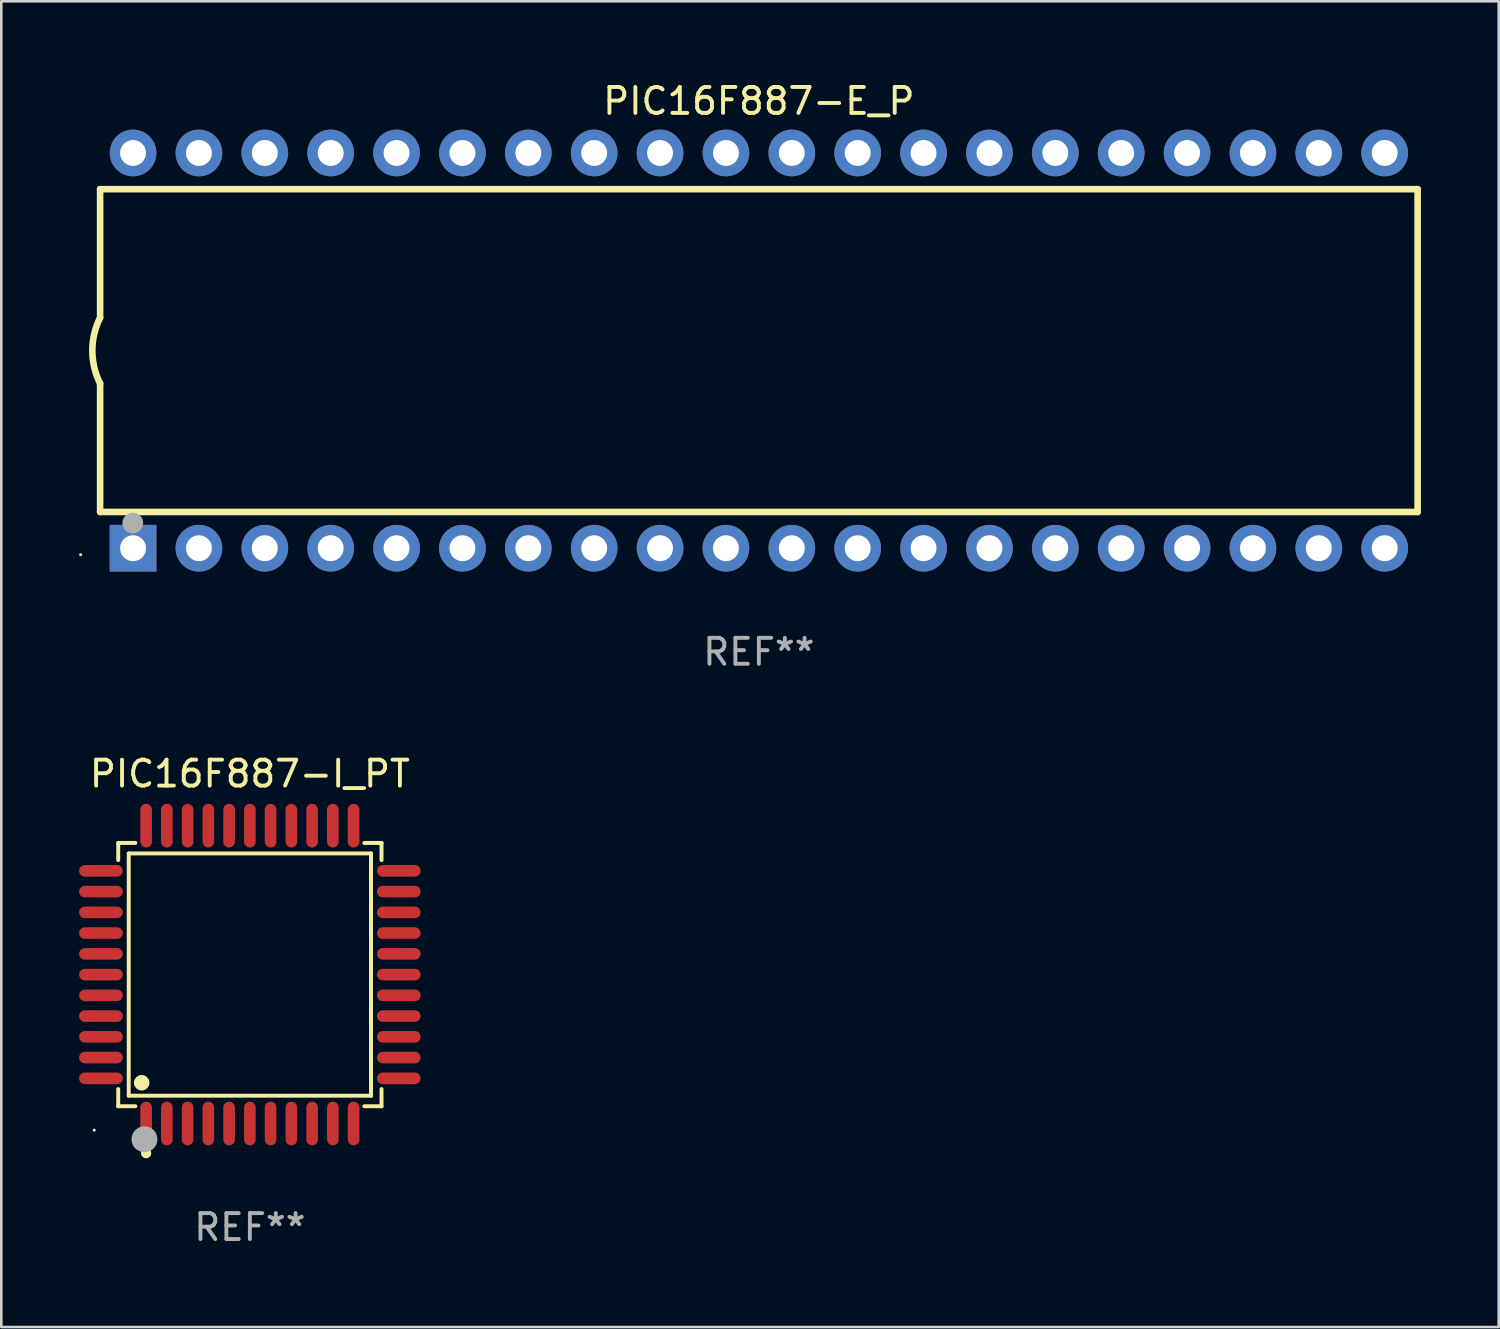
<source format=kicad_pcb>
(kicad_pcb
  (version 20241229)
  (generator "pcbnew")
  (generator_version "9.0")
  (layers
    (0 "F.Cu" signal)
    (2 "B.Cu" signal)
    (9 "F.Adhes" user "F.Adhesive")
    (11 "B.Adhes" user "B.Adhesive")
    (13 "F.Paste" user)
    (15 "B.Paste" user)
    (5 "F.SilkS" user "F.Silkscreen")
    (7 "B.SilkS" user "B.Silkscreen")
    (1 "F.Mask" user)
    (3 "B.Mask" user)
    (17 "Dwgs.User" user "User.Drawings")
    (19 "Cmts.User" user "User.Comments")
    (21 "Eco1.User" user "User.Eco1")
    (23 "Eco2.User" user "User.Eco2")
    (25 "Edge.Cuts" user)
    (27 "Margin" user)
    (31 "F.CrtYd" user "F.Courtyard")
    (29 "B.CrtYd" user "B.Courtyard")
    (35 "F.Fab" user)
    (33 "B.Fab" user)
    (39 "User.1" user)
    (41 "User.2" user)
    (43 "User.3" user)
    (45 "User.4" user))
  (footprint "PIC16F887-E_P"
    (layer "F.Cu")
    (at 26.21 10.468)
    (property "Reference" "PIC16F887-E_P" (at 0 -9.62 0) (layer "F.SilkS") (effects (font (size 1 1) (thickness 0.15))))
    (attr through_hole)
    (fp_line (start -25.4 -6.224) (end -25.4 -1.271) (stroke (width 0.254) (type solid)) (layer "F.SilkS"))
    (fp_line (start -25.4 -6.224) (end 25.4 -6.224) (stroke (width 0.254) (type solid)) (layer "F.SilkS"))
    (fp_line (start -25.4 1.269) (end -25.4 6.222) (stroke (width 0.254) (type solid)) (layer "F.SilkS"))
    (fp_line (start -25.4 6.222) (end 25.4 6.222) (stroke (width 0.254) (type solid)) (layer "F.SilkS"))
    (fp_line (start 25.4 6.222) (end 25.4 -6.224) (stroke (width 0.254) (type solid)) (layer "F.SilkS"))
    (fp_arc (start -25.4 1.269241) (mid -25.699807 -0.000762) (end -25.4 -1.270765) (stroke (width 0.254001) (type solid)) (layer "F.SilkS"))
    (fp_circle (center -26.15 7.87) (end -26.12 7.87) (stroke (width 0.06) (type solid)) (fill no) (layer "F.SilkS"))
    (fp_circle (center -24.14 6.65) (end -23.94 6.65) (stroke (width 0.4) (type solid)) (fill no) (layer "F.Fab"))
    (fp_text user "REF**" (at 0 11.62 0) (layer "F.Fab") (effects (font (size 1 1) (thickness 0.15))))
    (pad "1" thru_hole rect (at -24.13 7.62 90) (size 1.8 1.8) (drill 1) (layers "*.Cu" "*.Mask"))
    (pad "2" thru_hole circle (at -21.59 7.62) (size 1.8 1.8) (drill 1) (layers "*.Cu" "*.Mask"))
    (pad "3" thru_hole circle (at -19.05 7.62) (size 1.8 1.8) (drill 1) (layers "*.Cu" "*.Mask"))
    (pad "4" thru_hole circle (at -16.51 7.62) (size 1.8 1.8) (drill 1) (layers "*.Cu" "*.Mask"))
    (pad "5" thru_hole circle (at -13.97 7.62) (size 1.8 1.8) (drill 1) (layers "*.Cu" "*.Mask"))
    (pad "6" thru_hole circle (at -11.43 7.62) (size 1.8 1.8) (drill 1) (layers "*.Cu" "*.Mask"))
    (pad "7" thru_hole circle (at -8.89 7.62) (size 1.8 1.8) (drill 1) (layers "*.Cu" "*.Mask"))
    (pad "8" thru_hole circle (at -6.35 7.62) (size 1.8 1.8) (drill 1) (layers "*.Cu" "*.Mask"))
    (pad "9" thru_hole circle (at -3.81 7.62) (size 1.8 1.8) (drill 1) (layers "*.Cu" "*.Mask"))
    (pad "10" thru_hole circle (at -1.27 7.62) (size 1.8 1.8) (drill 1) (layers "*.Cu" "*.Mask"))
    (pad "11" thru_hole circle (at 1.27 7.62) (size 1.8 1.8) (drill 1) (layers "*.Cu" "*.Mask"))
    (pad "12" thru_hole circle (at 3.81 7.62) (size 1.8 1.8) (drill 1) (layers "*.Cu" "*.Mask"))
    (pad "13" thru_hole circle (at 6.35 7.62) (size 1.8 1.8) (drill 1) (layers "*.Cu" "*.Mask"))
    (pad "14" thru_hole circle (at 8.89 7.62) (size 1.8 1.8) (drill 1) (layers "*.Cu" "*.Mask"))
    (pad "15" thru_hole circle (at 11.43 7.62) (size 1.8 1.8) (drill 1) (layers "*.Cu" "*.Mask"))
    (pad "16" thru_hole circle (at 13.97 7.62) (size 1.8 1.8) (drill 1) (layers "*.Cu" "*.Mask"))
    (pad "17" thru_hole circle (at 16.51 7.62) (size 1.8 1.8) (drill 1) (layers "*.Cu" "*.Mask"))
    (pad "18" thru_hole circle (at 19.05 7.62) (size 1.8 1.8) (drill 1) (layers "*.Cu" "*.Mask"))
    (pad "19" thru_hole circle (at 21.59 7.62) (size 1.8 1.8) (drill 1) (layers "*.Cu" "*.Mask"))
    (pad "20" thru_hole circle (at 24.13 7.62) (size 1.8 1.8) (drill 1) (layers "*.Cu" "*.Mask"))
    (pad "21" thru_hole circle (at 24.13 -7.62) (size 1.8 1.8) (drill 1) (layers "*.Cu" "*.Mask"))
    (pad "22" thru_hole circle (at 21.59 -7.62) (size 1.8 1.8) (drill 1) (layers "*.Cu" "*.Mask"))
    (pad "23" thru_hole circle (at 19.05 -7.62) (size 1.8 1.8) (drill 1) (layers "*.Cu" "*.Mask"))
    (pad "24" thru_hole circle (at 16.51 -7.62) (size 1.8 1.8) (drill 1) (layers "*.Cu" "*.Mask"))
    (pad "25" thru_hole circle (at 13.97 -7.62) (size 1.8 1.8) (drill 1) (layers "*.Cu" "*.Mask"))
    (pad "26" thru_hole circle (at 11.43 -7.62) (size 1.8 1.8) (drill 1) (layers "*.Cu" "*.Mask"))
    (pad "27" thru_hole circle (at 8.89 -7.62) (size 1.8 1.8) (drill 1) (layers "*.Cu" "*.Mask"))
    (pad "28" thru_hole circle (at 6.35 -7.62) (size 1.8 1.8) (drill 1) (layers "*.Cu" "*.Mask"))
    (pad "29" thru_hole circle (at 3.81 -7.62) (size 1.8 1.8) (drill 1) (layers "*.Cu" "*.Mask"))
    (pad "30" thru_hole circle (at 1.27 -7.62) (size 1.8 1.8) (drill 1) (layers "*.Cu" "*.Mask"))
    (pad "31" thru_hole circle (at -1.27 -7.62) (size 1.8 1.8) (drill 1) (layers "*.Cu" "*.Mask"))
    (pad "32" thru_hole circle (at -3.81 -7.62) (size 1.8 1.8) (drill 1) (layers "*.Cu" "*.Mask"))
    (pad "33" thru_hole circle (at -6.35 -7.62) (size 1.8 1.8) (drill 1) (layers "*.Cu" "*.Mask"))
    (pad "34" thru_hole circle (at -8.89 -7.62) (size 1.8 1.8) (drill 1) (layers "*.Cu" "*.Mask"))
    (pad "35" thru_hole circle (at -11.43 -7.62) (size 1.8 1.8) (drill 1) (layers "*.Cu" "*.Mask"))
    (pad "36" thru_hole circle (at -13.97 -7.62) (size 1.8 1.8) (drill 1) (layers "*.Cu" "*.Mask"))
    (pad "37" thru_hole circle (at -16.51 -7.62) (size 1.8 1.8) (drill 1) (layers "*.Cu" "*.Mask"))
    (pad "38" thru_hole circle (at -19.05 -7.62) (size 1.8 1.8) (drill 1) (layers "*.Cu" "*.Mask"))
    (pad "39" thru_hole circle (at -21.59 -7.62) (size 1.8 1.8) (drill 1) (layers "*.Cu" "*.Mask"))
    (pad "40" thru_hole circle (at -24.13 -7.62) (size 1.8 1.8) (drill 1) (layers "*.Cu" "*.Mask")))
  (footprint "PIC16F887-I_PT"
    (layer "F.Cu")
    (at 6.584 34.527)
    (property "Reference" "PIC16F887-I_PT" (at 0 -7.742 0) (layer "F.SilkS") (effects (font (size 1 1) (thickness 0.15))))
    (attr through_hole)
    (fp_line (start -5.076 -5.076) (end -4.415 -5.076) (stroke (width 0.152) (type solid)) (layer "F.SilkS"))
    (fp_line (start -5.076 -4.415) (end -5.076 -5.076) (stroke (width 0.152) (type solid)) (layer "F.SilkS"))
    (fp_line (start -5.076 4.415) (end -5.076 5.076) (stroke (width 0.152) (type solid)) (layer "F.SilkS"))
    (fp_line (start -5.076 5.076) (end -4.415 5.076) (stroke (width 0.152) (type solid)) (layer "F.SilkS"))
    (fp_line (start -4.671 -4.671) (end 4.671 -4.671) (stroke (width 0.152) (type solid)) (layer "F.SilkS"))
    (fp_line (start -4.671 4.671) (end -4.671 -4.671) (stroke (width 0.152) (type solid)) (layer "F.SilkS"))
    (fp_line (start 4.671 -4.671) (end 4.671 4.671) (stroke (width 0.152) (type solid)) (layer "F.SilkS"))
    (fp_line (start 4.671 4.671) (end -4.671 4.671) (stroke (width 0.152) (type solid)) (layer "F.SilkS"))
    (fp_line (start 5.076 -5.076) (end 4.415 -5.076) (stroke (width 0.152) (type solid)) (layer "F.SilkS"))
    (fp_line (start 5.076 -4.415) (end 5.076 -5.076) (stroke (width 0.152) (type solid)) (layer "F.SilkS"))
    (fp_line (start 5.076 4.415) (end 5.076 5.076) (stroke (width 0.152) (type solid)) (layer "F.SilkS"))
    (fp_line (start 5.076 5.076) (end 4.415 5.076) (stroke (width 0.152) (type solid)) (layer "F.SilkS"))
    (fp_circle (center -6 6) (end -5.97 6) (stroke (width 0.06) (type solid)) (fill no) (layer "F.SilkS"))
    (fp_circle (center -4.171 4.171) (end -4.021 4.171) (stroke (width 0.3) (type solid)) (fill no) (layer "F.SilkS"))
    (fp_circle (center -4 6.884) (end -3.9 6.884) (stroke (width 0.2) (type solid)) (fill no) (layer "F.SilkS"))
    (fp_circle (center -4.064 6.35) (end -3.814 6.35) (stroke (width 0.5) (type solid)) (fill no) (layer "F.Fab"))
    (fp_text user "REF**" (at 0 9.742 0) (layer "F.Fab") (effects (font (size 1 1) (thickness 0.15))))
    (pad "1" smd oval (at -4 5.742) (size 0.448 1.684) (layers "F.Cu" "F.Mask" "F.Paste"))
    (pad "2" smd oval (at -3.2 5.742) (size 0.448 1.684) (layers "F.Cu" "F.Mask" "F.Paste"))
    (pad "3" smd oval (at -2.4 5.742) (size 0.448 1.684) (layers "F.Cu" "F.Mask" "F.Paste"))
    (pad "4" smd oval (at -1.6 5.742) (size 0.448 1.684) (layers "F.Cu" "F.Mask" "F.Paste"))
    (pad "5" smd oval (at -0.8 5.742) (size 0.448 1.684) (layers "F.Cu" "F.Mask" "F.Paste"))
    (pad "6" smd oval (at 0 5.742) (size 0.448 1.684) (layers "F.Cu" "F.Mask" "F.Paste"))
    (pad "7" smd oval (at 0.8 5.742) (size 0.448 1.684) (layers "F.Cu" "F.Mask" "F.Paste"))
    (pad "8" smd oval (at 1.6 5.742) (size 0.448 1.684) (layers "F.Cu" "F.Mask" "F.Paste"))
    (pad "9" smd oval (at 2.4 5.742) (size 0.448 1.684) (layers "F.Cu" "F.Mask" "F.Paste"))
    (pad "10" smd oval (at 3.2 5.742) (size 0.448 1.684) (layers "F.Cu" "F.Mask" "F.Paste"))
    (pad "11" smd oval (at 4 5.742) (size 0.448 1.684) (layers "F.Cu" "F.Mask" "F.Paste"))
    (pad "12" smd oval (at 5.742 4) (size 1.684 0.448) (layers "F.Cu" "F.Mask" "F.Paste"))
    (pad "13" smd oval (at 5.742 3.2) (size 1.684 0.448) (layers "F.Cu" "F.Mask" "F.Paste"))
    (pad "14" smd oval (at 5.742 2.4) (size 1.684 0.448) (layers "F.Cu" "F.Mask" "F.Paste"))
    (pad "15" smd oval (at 5.742 1.6) (size 1.684 0.448) (layers "F.Cu" "F.Mask" "F.Paste"))
    (pad "16" smd oval (at 5.742 0.8) (size 1.684 0.448) (layers "F.Cu" "F.Mask" "F.Paste"))
    (pad "17" smd oval (at 5.742 0) (size 1.684 0.448) (layers "F.Cu" "F.Mask" "F.Paste"))
    (pad "18" smd oval (at 5.742 -0.8) (size 1.684 0.448) (layers "F.Cu" "F.Mask" "F.Paste"))
    (pad "19" smd oval (at 5.742 -1.6) (size 1.684 0.448) (layers "F.Cu" "F.Mask" "F.Paste"))
    (pad "20" smd oval (at 5.742 -2.4) (size 1.684 0.448) (layers "F.Cu" "F.Mask" "F.Paste"))
    (pad "21" smd oval (at 5.742 -3.2) (size 1.684 0.448) (layers "F.Cu" "F.Mask" "F.Paste"))
    (pad "22" smd oval (at 5.742 -4) (size 1.684 0.448) (layers "F.Cu" "F.Mask" "F.Paste"))
    (pad "23" smd oval (at 4 -5.742) (size 0.448 1.684) (layers "F.Cu" "F.Mask" "F.Paste"))
    (pad "24" smd oval (at 3.2 -5.742) (size 0.448 1.684) (layers "F.Cu" "F.Mask" "F.Paste"))
    (pad "25" smd oval (at 2.4 -5.742) (size 0.448 1.684) (layers "F.Cu" "F.Mask" "F.Paste"))
    (pad "26" smd oval (at 1.6 -5.742) (size 0.448 1.684) (layers "F.Cu" "F.Mask" "F.Paste"))
    (pad "27" smd oval (at 0.8 -5.742) (size 0.448 1.684) (layers "F.Cu" "F.Mask" "F.Paste"))
    (pad "28" smd oval (at 0 -5.742) (size 0.448 1.684) (layers "F.Cu" "F.Mask" "F.Paste"))
    (pad "29" smd oval (at -0.8 -5.742) (size 0.448 1.684) (layers "F.Cu" "F.Mask" "F.Paste"))
    (pad "30" smd oval (at -1.6 -5.742) (size 0.448 1.684) (layers "F.Cu" "F.Mask" "F.Paste"))
    (pad "31" smd oval (at -2.4 -5.742) (size 0.448 1.684) (layers "F.Cu" "F.Mask" "F.Paste"))
    (pad "32" smd oval (at -3.2 -5.742) (size 0.448 1.684) (layers "F.Cu" "F.Mask" "F.Paste"))
    (pad "33" smd oval (at -4 -5.742) (size 0.448 1.684) (layers "F.Cu" "F.Mask" "F.Paste"))
    (pad "34" smd oval (at -5.742 -4) (size 1.684 0.448) (layers "F.Cu" "F.Mask" "F.Paste"))
    (pad "35" smd oval (at -5.742 -3.2) (size 1.684 0.448) (layers "F.Cu" "F.Mask" "F.Paste"))
    (pad "36" smd oval (at -5.742 -2.4) (size 1.684 0.448) (layers "F.Cu" "F.Mask" "F.Paste"))
    (pad "37" smd oval (at -5.742 -1.6) (size 1.684 0.448) (layers "F.Cu" "F.Mask" "F.Paste"))
    (pad "38" smd oval (at -5.742 -0.8) (size 1.684 0.448) (layers "F.Cu" "F.Mask" "F.Paste"))
    (pad "39" smd oval (at -5.742 0) (size 1.684 0.448) (layers "F.Cu" "F.Mask" "F.Paste"))
    (pad "40" smd oval (at -5.742 0.8) (size 1.684 0.448) (layers "F.Cu" "F.Mask" "F.Paste"))
    (pad "41" smd oval (at -5.742 1.6) (size 1.684 0.448) (layers "F.Cu" "F.Mask" "F.Paste"))
    (pad "42" smd oval (at -5.742 2.4) (size 1.684 0.448) (layers "F.Cu" "F.Mask" "F.Paste"))
    (pad "43" smd oval (at -5.742 3.2) (size 1.684 0.448) (layers "F.Cu" "F.Mask" "F.Paste"))
    (pad "44" smd oval (at -5.742 4) (size 1.684 0.448) (layers "F.Cu" "F.Mask" "F.Paste")))
  (gr_rect
    (start -3 -3)
    (end 54.737 48.117)
    (stroke (width 0.1) (type default))
    (fill no)
    (layer "Edge.Cuts")))
</source>
